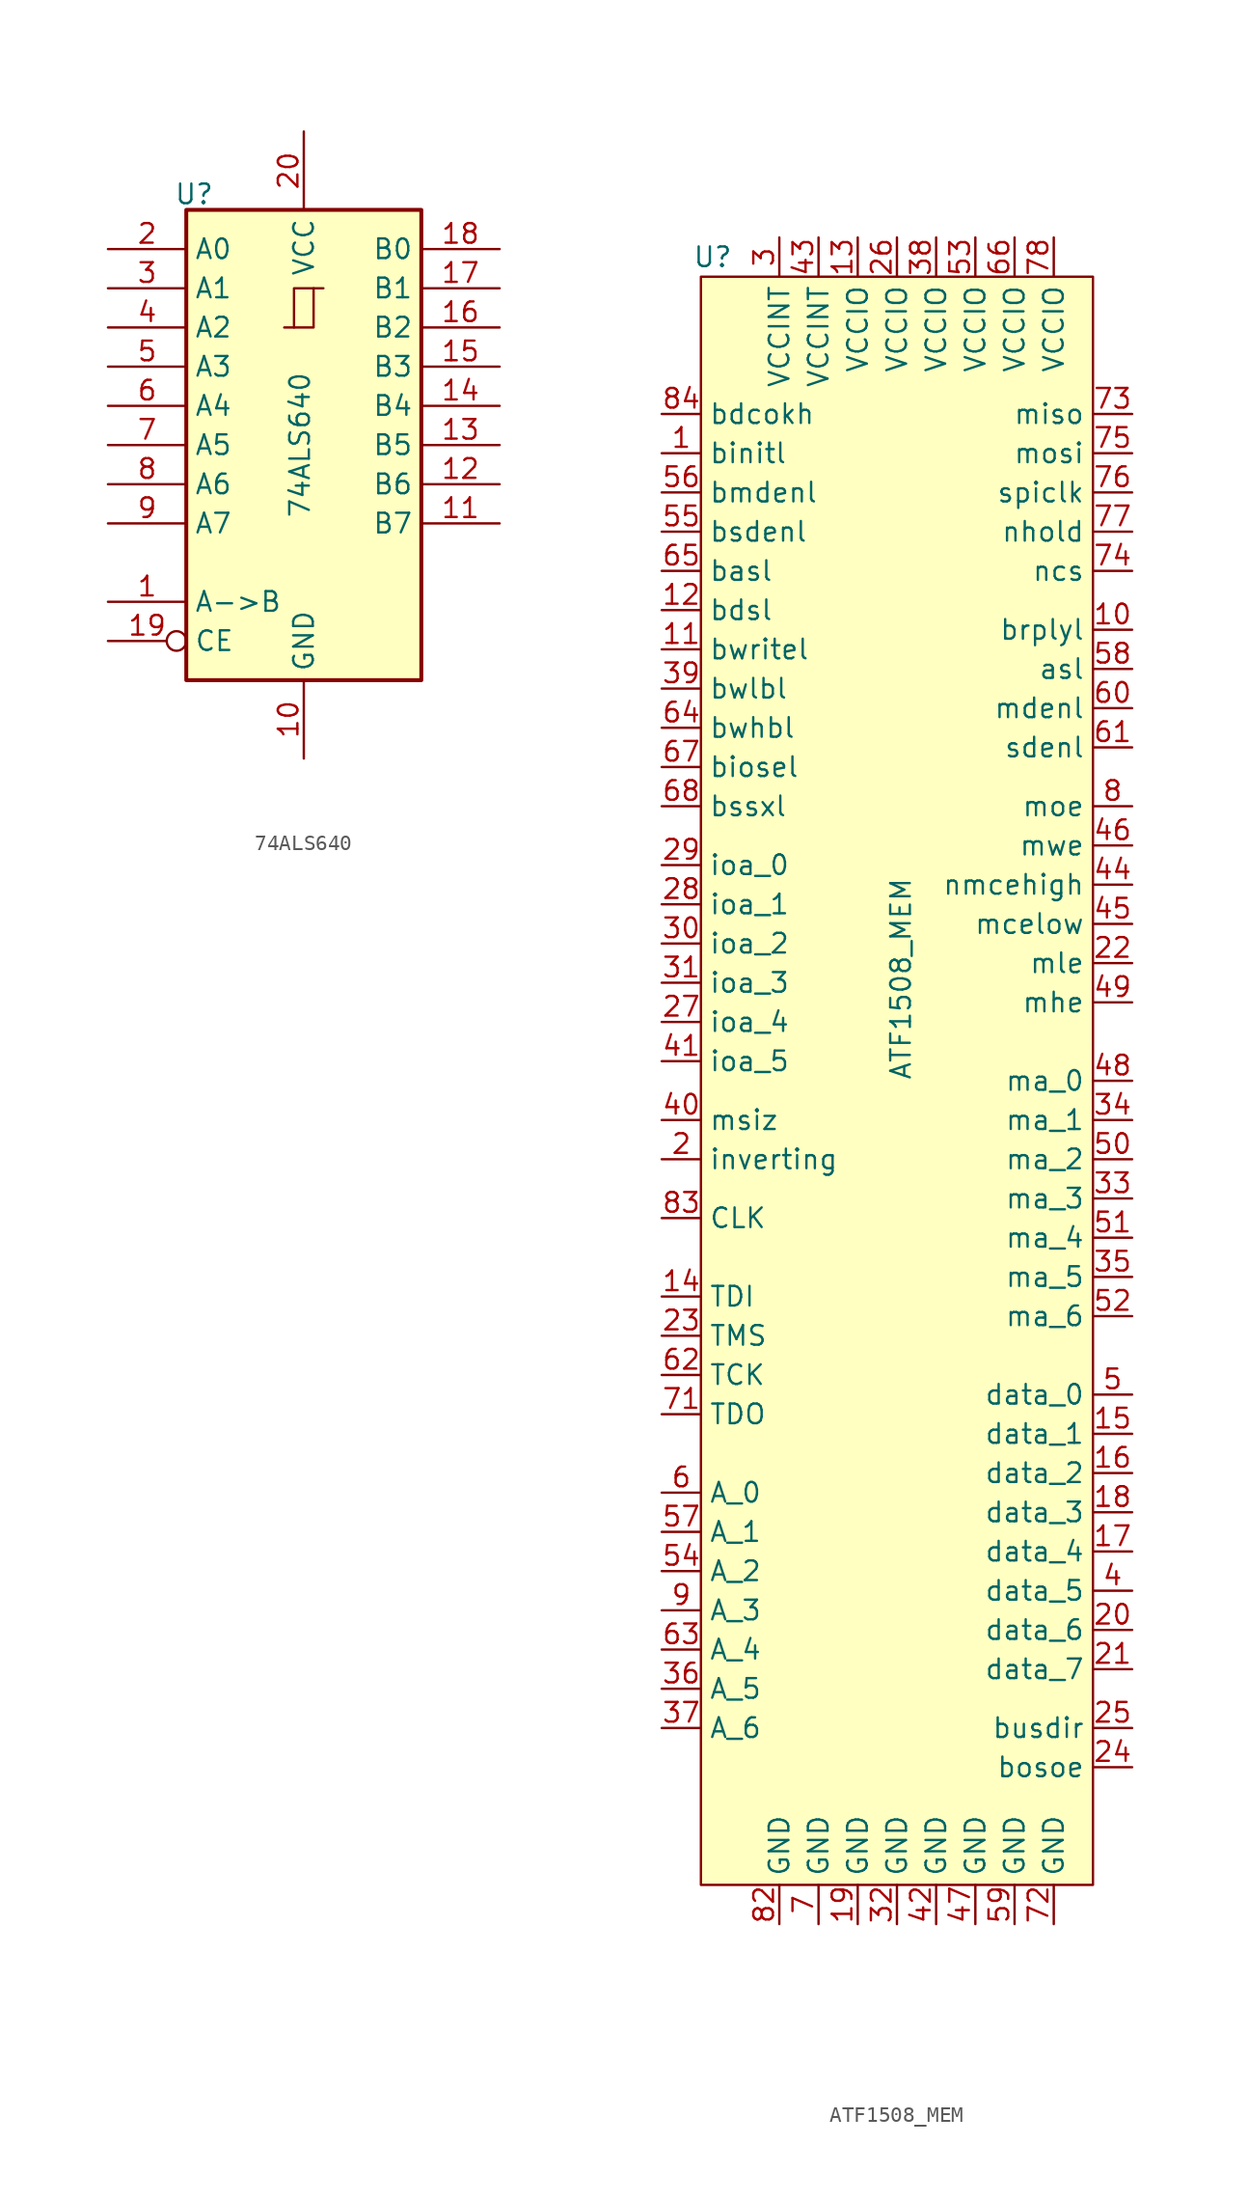
<source format=kicad_sym>
(kicad_symbol_lib
  (version 20231120)
  (generator "kicad_symbol_editor")
  (generator_version "8.0")
  (symbol "74ALS640"
    (property "Reference" "U"
      (at -0.762 -0.254 0)
      (effects (font (size 1.27 1.27))))
    (property "Value" "74ALS640"
      (at 6.096 -16.51 90)
      (effects (font (size 1.27 1.27))))
    (symbol "74ALS640_1_0"
      (polyline (pts (xy 5.715 -8.89) (xy 5.715 -6.35) (xy 6.985 -6.35)) (stroke (width 0) (type default)) (fill (type none)))
      (polyline (pts (xy 5.08 -8.89) (xy 6.985 -8.89) (xy 6.985 -6.35) (xy 7.62 -6.35)) (stroke (width 0) (type default)) (fill (type none)))
      (pin input line (at -6.35 -26.67 0) (length 5.08) (name "A->B" (effects (font (size 1.27 1.27)))) (number "1" (effects (font (size 1.27 1.27)))))
      (pin power_in line (at 6.35 -36.83 90) (length 5.08) (name "GND" (effects (font (size 1.27 1.27)))) (number "10" (effects (font (size 1.27 1.27)))))
      (pin tri_state line (at 19.05 -21.59 180) (length 5.08) (name "B7" (effects (font (size 1.27 1.27)))) (number "11" (effects (font (size 1.27 1.27)))))
      (pin tri_state line (at 19.05 -19.05 180) (length 5.08) (name "B6" (effects (font (size 1.27 1.27)))) (number "12" (effects (font (size 1.27 1.27)))))
      (pin tri_state line (at 19.05 -16.51 180) (length 5.08) (name "B5" (effects (font (size 1.27 1.27)))) (number "13" (effects (font (size 1.27 1.27)))))
      (pin tri_state line (at 19.05 -13.97 180) (length 5.08) (name "B4" (effects (font (size 1.27 1.27)))) (number "14" (effects (font (size 1.27 1.27)))))
      (pin tri_state line (at 19.05 -11.43 180) (length 5.08) (name "B3" (effects (font (size 1.27 1.27)))) (number "15" (effects (font (size 1.27 1.27)))))
      (pin tri_state line (at 19.05 -8.89 180) (length 5.08) (name "B2" (effects (font (size 1.27 1.27)))) (number "16" (effects (font (size 1.27 1.27)))))
      (pin tri_state line (at 19.05 -6.35 180) (length 5.08) (name "B1" (effects (font (size 1.27 1.27)))) (number "17" (effects (font (size 1.27 1.27)))))
      (pin tri_state line (at 19.05 -3.81 180) (length 5.08) (name "B0" (effects (font (size 1.27 1.27)))) (number "18" (effects (font (size 1.27 1.27)))))
      (pin input inverted (at -6.35 -29.21 0) (length 5.08) (name "CE" (effects (font (size 1.27 1.27)))) (number "19" (effects (font (size 1.27 1.27)))))
      (pin tri_state line (at -6.35 -3.81 0) (length 5.08) (name "A0" (effects (font (size 1.27 1.27)))) (number "2" (effects (font (size 1.27 1.27)))))
      (pin power_in line (at 6.35 3.81 270) (length 5.08) (name "VCC" (effects (font (size 1.27 1.27)))) (number "20" (effects (font (size 1.27 1.27)))))
      (pin tri_state line (at -6.35 -6.35 0) (length 5.08) (name "A1" (effects (font (size 1.27 1.27)))) (number "3" (effects (font (size 1.27 1.27)))))
      (pin tri_state line (at -6.35 -8.89 0) (length 5.08) (name "A2" (effects (font (size 1.27 1.27)))) (number "4" (effects (font (size 1.27 1.27)))))
      (pin tri_state line (at -6.35 -11.43 0) (length 5.08) (name "A3" (effects (font (size 1.27 1.27)))) (number "5" (effects (font (size 1.27 1.27)))))
      (pin tri_state line (at -6.35 -13.97 0) (length 5.08) (name "A4" (effects (font (size 1.27 1.27)))) (number "6" (effects (font (size 1.27 1.27)))))
      (pin tri_state line (at -6.35 -16.51 0) (length 5.08) (name "A5" (effects (font (size 1.27 1.27)))) (number "7" (effects (font (size 1.27 1.27)))))
      (pin tri_state line (at -6.35 -19.05 0) (length 5.08) (name "A6" (effects (font (size 1.27 1.27)))) (number "8" (effects (font (size 1.27 1.27)))))
      (pin tri_state line (at -6.35 -21.59 0) (length 5.08) (name "A7" (effects (font (size 1.27 1.27)))) (number "9" (effects (font (size 1.27 1.27))))))
    (symbol "74ALS640_1_1"
      (rectangle (start -1.27 -1.27) (end 13.97 -31.75) (stroke (width 0.254) (type default)) (fill (type background)))))
  (symbol "ATF1508_MEM"
    (property "Reference" "U"
      (at -1.778 6.35 0)
      (effects (font (size 1.27 1.27))))
    (property "Value" "ATF1508_MEM"
      (at 10.414 -40.386 90)
      (effects (font (size 1.27 1.27))))
    (symbol "ATF1508_MEM_1_1"
      (rectangle (start -2.54 5.08) (end 22.86 -99.06) (stroke (width 0) (type default)) (fill (type background)))
      (pin input line (at -5.08 -6.35 0) (length 2.54) (name "binitl" (effects (font (size 1.27 1.27)))) (number "1" (effects (font (size 1.27 1.27)))))
      (pin input line (at 25.4 -17.78 180) (length 2.54) (name "brplyl" (effects (font (size 1.27 1.27)))) (number "10" (effects (font (size 1.27 1.27)))))
      (pin input line (at -5.08 -19.05 0) (length 2.54) (name "bwritel" (effects (font (size 1.27 1.27)))) (number "11" (effects (font (size 1.27 1.27)))))
      (pin input line (at -5.08 -16.51 0) (length 2.54) (name "bdsl" (effects (font (size 1.27 1.27)))) (number "12" (effects (font (size 1.27 1.27)))))
      (pin power_in line (at 7.62 7.62 270) (length 2.54) (name "VCCIO" (effects (font (size 1.27 1.27)))) (number "13" (effects (font (size 1.27 1.27)))))
      (pin input line (at -5.08 -60.96 0) (length 2.54) (name "TDI" (effects (font (size 1.27 1.27)))) (number "14" (effects (font (size 1.27 1.27)))))
      (pin tri_state line (at 25.4 -69.85 180) (length 2.54) (name "data_1" (effects (font (size 1.27 1.27)))) (number "15" (effects (font (size 1.27 1.27)))))
      (pin tri_state line (at 25.4 -72.39 180) (length 2.54) (name "data_2" (effects (font (size 1.27 1.27)))) (number "16" (effects (font (size 1.27 1.27)))))
      (pin tri_state line (at 25.4 -77.47 180) (length 2.54) (name "data_4" (effects (font (size 1.27 1.27)))) (number "17" (effects (font (size 1.27 1.27)))))
      (pin tri_state line (at 25.4 -74.93 180) (length 2.54) (name "data_3" (effects (font (size 1.27 1.27)))) (number "18" (effects (font (size 1.27 1.27)))))
      (pin power_in line (at 7.62 -101.6 90) (length 2.54) (name "GND" (effects (font (size 1.27 1.27)))) (number "19" (effects (font (size 1.27 1.27)))))
      (pin input line (at -5.08 -52.07 0) (length 2.54) (name "inverting" (effects (font (size 1.27 1.27)))) (number "2" (effects (font (size 1.27 1.27)))))
      (pin tri_state line (at 25.4 -82.55 180) (length 2.54) (name "data_6" (effects (font (size 1.27 1.27)))) (number "20" (effects (font (size 1.27 1.27)))))
      (pin tri_state line (at 25.4 -85.09 180) (length 2.54) (name "data_7" (effects (font (size 1.27 1.27)))) (number "21" (effects (font (size 1.27 1.27)))))
      (pin output line (at 25.4 -39.37 180) (length 2.54) (name "mle" (effects (font (size 1.27 1.27)))) (number "22" (effects (font (size 1.27 1.27)))))
      (pin input line (at -5.08 -63.5 0) (length 2.54) (name "TMS" (effects (font (size 1.27 1.27)))) (number "23" (effects (font (size 1.27 1.27)))))
      (pin output line (at 25.4 -91.44 180) (length 2.54) (name "bosoe" (effects (font (size 1.27 1.27)))) (number "24" (effects (font (size 1.27 1.27)))))
      (pin output line (at 25.4 -88.9 180) (length 2.54) (name "busdir" (effects (font (size 1.27 1.27)))) (number "25" (effects (font (size 1.27 1.27)))))
      (pin power_in line (at 10.16 7.62 270) (length 2.54) (name "VCCIO" (effects (font (size 1.27 1.27)))) (number "26" (effects (font (size 1.27 1.27)))))
      (pin input line (at -5.08 -43.18 0) (length 2.54) (name "ioa_4" (effects (font (size 1.27 1.27)))) (number "27" (effects (font (size 1.27 1.27)))))
      (pin input line (at -5.08 -35.56 0) (length 2.54) (name "ioa_1" (effects (font (size 1.27 1.27)))) (number "28" (effects (font (size 1.27 1.27)))))
      (pin input line (at -5.08 -33.02 0) (length 2.54) (name "ioa_0" (effects (font (size 1.27 1.27)))) (number "29" (effects (font (size 1.27 1.27)))))
      (pin power_in line (at 2.54 7.62 270) (length 2.54) (name "VCCINT" (effects (font (size 1.27 1.27)))) (number "3" (effects (font (size 1.27 1.27)))))
      (pin input line (at -5.08 -38.1 0) (length 2.54) (name "ioa_2" (effects (font (size 1.27 1.27)))) (number "30" (effects (font (size 1.27 1.27)))))
      (pin input line (at -5.08 -40.64 0) (length 2.54) (name "ioa_3" (effects (font (size 1.27 1.27)))) (number "31" (effects (font (size 1.27 1.27)))))
      (pin power_in line (at 10.16 -101.6 90) (length 2.54) (name "GND" (effects (font (size 1.27 1.27)))) (number "32" (effects (font (size 1.27 1.27)))))
      (pin output line (at 25.4 -54.61 180) (length 2.54) (name "ma_3" (effects (font (size 1.27 1.27)))) (number "33" (effects (font (size 1.27 1.27)))))
      (pin output line (at 25.4 -49.53 180) (length 2.54) (name "ma_1" (effects (font (size 1.27 1.27)))) (number "34" (effects (font (size 1.27 1.27)))))
      (pin output line (at 25.4 -59.69 180) (length 2.54) (name "ma_5" (effects (font (size 1.27 1.27)))) (number "35" (effects (font (size 1.27 1.27)))))
      (pin input line (at -5.08 -86.36 0) (length 2.54) (name "A_5" (effects (font (size 1.27 1.27)))) (number "36" (effects (font (size 1.27 1.27)))))
      (pin input line (at -5.08 -88.9 0) (length 2.54) (name "A_6" (effects (font (size 1.27 1.27)))) (number "37" (effects (font (size 1.27 1.27)))))
      (pin power_in line (at 12.7 7.62 270) (length 2.54) (name "VCCIO" (effects (font (size 1.27 1.27)))) (number "38" (effects (font (size 1.27 1.27)))))
      (pin input line (at -5.08 -21.59 0) (length 2.54) (name "bwlbl" (effects (font (size 1.27 1.27)))) (number "39" (effects (font (size 1.27 1.27)))))
      (pin tri_state line (at 25.4 -80.01 180) (length 2.54) (name "data_5" (effects (font (size 1.27 1.27)))) (number "4" (effects (font (size 1.27 1.27)))))
      (pin input line (at -5.08 -49.53 0) (length 2.54) (name "msiz" (effects (font (size 1.27 1.27)))) (number "40" (effects (font (size 1.27 1.27)))))
      (pin input line (at -5.08 -45.72 0) (length 2.54) (name "ioa_5" (effects (font (size 1.27 1.27)))) (number "41" (effects (font (size 1.27 1.27)))))
      (pin power_in line (at 12.7 -101.6 90) (length 2.54) (name "GND" (effects (font (size 1.27 1.27)))) (number "42" (effects (font (size 1.27 1.27)))))
      (pin power_in line (at 5.08 7.62 270) (length 2.54) (name "VCCINT" (effects (font (size 1.27 1.27)))) (number "43" (effects (font (size 1.27 1.27)))))
      (pin output line (at 25.4 -34.29 180) (length 2.54) (name "nmcehigh" (effects (font (size 1.27 1.27)))) (number "44" (effects (font (size 1.27 1.27)))))
      (pin output line (at 25.4 -36.83 180) (length 2.54) (name "mcelow" (effects (font (size 1.27 1.27)))) (number "45" (effects (font (size 1.27 1.27)))))
      (pin output line (at 25.4 -31.75 180) (length 2.54) (name "mwe" (effects (font (size 1.27 1.27)))) (number "46" (effects (font (size 1.27 1.27)))))
      (pin power_in line (at 15.24 -101.6 90) (length 2.54) (name "GND" (effects (font (size 1.27 1.27)))) (number "47" (effects (font (size 1.27 1.27)))))
      (pin output line (at 25.4 -46.99 180) (length 2.54) (name "ma_0" (effects (font (size 1.27 1.27)))) (number "48" (effects (font (size 1.27 1.27)))))
      (pin output line (at 25.4 -41.91 180) (length 2.54) (name "mhe" (effects (font (size 1.27 1.27)))) (number "49" (effects (font (size 1.27 1.27)))))
      (pin tri_state line (at 25.4 -67.31 180) (length 2.54) (name "data_0" (effects (font (size 1.27 1.27)))) (number "5" (effects (font (size 1.27 1.27)))))
      (pin output line (at 25.4 -52.07 180) (length 2.54) (name "ma_2" (effects (font (size 1.27 1.27)))) (number "50" (effects (font (size 1.27 1.27)))))
      (pin output line (at 25.4 -57.15 180) (length 2.54) (name "ma_4" (effects (font (size 1.27 1.27)))) (number "51" (effects (font (size 1.27 1.27)))))
      (pin output line (at 25.4 -62.23 180) (length 2.54) (name "ma_6" (effects (font (size 1.27 1.27)))) (number "52" (effects (font (size 1.27 1.27)))))
      (pin power_in line (at 15.24 7.62 270) (length 2.54) (name "VCCIO" (effects (font (size 1.27 1.27)))) (number "53" (effects (font (size 1.27 1.27)))))
      (pin input line (at -5.08 -78.74 0) (length 2.54) (name "A_2" (effects (font (size 1.27 1.27)))) (number "54" (effects (font (size 1.27 1.27)))))
      (pin input line (at -5.08 -11.43 0) (length 2.54) (name "bsdenl" (effects (font (size 1.27 1.27)))) (number "55" (effects (font (size 1.27 1.27)))))
      (pin input line (at -5.08 -8.89 0) (length 2.54) (name "bmdenl" (effects (font (size 1.27 1.27)))) (number "56" (effects (font (size 1.27 1.27)))))
      (pin input line (at -5.08 -76.2 0) (length 2.54) (name "A_1" (effects (font (size 1.27 1.27)))) (number "57" (effects (font (size 1.27 1.27)))))
      (pin output line (at 25.4 -20.32 180) (length 2.54) (name "asl" (effects (font (size 1.27 1.27)))) (number "58" (effects (font (size 1.27 1.27)))))
      (pin power_in line (at 17.78 -101.6 90) (length 2.54) (name "GND" (effects (font (size 1.27 1.27)))) (number "59" (effects (font (size 1.27 1.27)))))
      (pin input line (at -5.08 -73.66 0) (length 2.54) (name "A_0" (effects (font (size 1.27 1.27)))) (number "6" (effects (font (size 1.27 1.27)))))
      (pin output line (at 25.4 -22.86 180) (length 2.54) (name "mdenl" (effects (font (size 1.27 1.27)))) (number "60" (effects (font (size 1.27 1.27)))))
      (pin output line (at 25.4 -25.4 180) (length 2.54) (name "sdenl" (effects (font (size 1.27 1.27)))) (number "61" (effects (font (size 1.27 1.27)))))
      (pin input line (at -5.08 -66.04 0) (length 2.54) (name "TCK" (effects (font (size 1.27 1.27)))) (number "62" (effects (font (size 1.27 1.27)))))
      (pin input line (at -5.08 -83.82 0) (length 2.54) (name "A_4" (effects (font (size 1.27 1.27)))) (number "63" (effects (font (size 1.27 1.27)))))
      (pin input line (at -5.08 -24.13 0) (length 2.54) (name "bwhbl" (effects (font (size 1.27 1.27)))) (number "64" (effects (font (size 1.27 1.27)))))
      (pin input line (at -5.08 -13.97 0) (length 2.54) (name "basl" (effects (font (size 1.27 1.27)))) (number "65" (effects (font (size 1.27 1.27)))))
      (pin power_in line (at 17.78 7.62 270) (length 2.54) (name "VCCIO" (effects (font (size 1.27 1.27)))) (number "66" (effects (font (size 1.27 1.27)))))
      (pin input line (at -5.08 -26.67 0) (length 2.54) (name "biosel" (effects (font (size 1.27 1.27)))) (number "67" (effects (font (size 1.27 1.27)))))
      (pin input line (at -5.08 -29.21 0) (length 2.54) (name "bssxl" (effects (font (size 1.27 1.27)))) (number "68" (effects (font (size 1.27 1.27)))))
      (pin power_in line (at 5.08 -101.6 90) (length 2.54) (name "GND" (effects (font (size 1.27 1.27)))) (number "7" (effects (font (size 1.27 1.27)))))
      (pin output line (at -5.08 -68.58 0) (length 2.54) (name "TDO" (effects (font (size 1.27 1.27)))) (number "71" (effects (font (size 1.27 1.27)))))
      (pin power_in line (at 20.32 -101.6 90) (length 2.54) (name "GND" (effects (font (size 1.27 1.27)))) (number "72" (effects (font (size 1.27 1.27)))))
      (pin input line (at 25.4 -3.81 180) (length 2.54) (name "miso" (effects (font (size 1.27 1.27)))) (number "73" (effects (font (size 1.27 1.27)))))
      (pin output line (at 25.4 -13.97 180) (length 2.54) (name "ncs" (effects (font (size 1.27 1.27)))) (number "74" (effects (font (size 1.27 1.27)))))
      (pin output line (at 25.4 -6.35 180) (length 2.54) (name "mosi" (effects (font (size 1.27 1.27)))) (number "75" (effects (font (size 1.27 1.27)))))
      (pin output line (at 25.4 -8.89 180) (length 2.54) (name "spiclk" (effects (font (size 1.27 1.27)))) (number "76" (effects (font (size 1.27 1.27)))))
      (pin output line (at 25.4 -11.43 180) (length 2.54) (name "nhold" (effects (font (size 1.27 1.27)))) (number "77" (effects (font (size 1.27 1.27)))))
      (pin power_in line (at 20.32 7.62 270) (length 2.54) (name "VCCIO" (effects (font (size 1.27 1.27)))) (number "78" (effects (font (size 1.27 1.27)))))
      (pin output line (at 25.4 -29.21 180) (length 2.54) (name "moe" (effects (font (size 1.27 1.27)))) (number "8" (effects (font (size 1.27 1.27)))))
      (pin power_in line (at 2.54 -101.6 90) (length 2.54) (name "GND" (effects (font (size 1.27 1.27)))) (number "82" (effects (font (size 1.27 1.27)))))
      (pin input line (at -5.08 -55.88 0) (length 2.54) (name "CLK" (effects (font (size 1.27 1.27)))) (number "83" (effects (font (size 1.27 1.27)))))
      (pin input line (at -5.08 -3.81 0) (length 2.54) (name "bdcokh" (effects (font (size 1.27 1.27)))) (number "84" (effects (font (size 1.27 1.27)))))
      (pin input line (at -5.08 -81.28 0) (length 2.54) (name "A_3" (effects (font (size 1.27 1.27)))) (number "9" (effects (font (size 1.27 1.27))))))))
</source>
